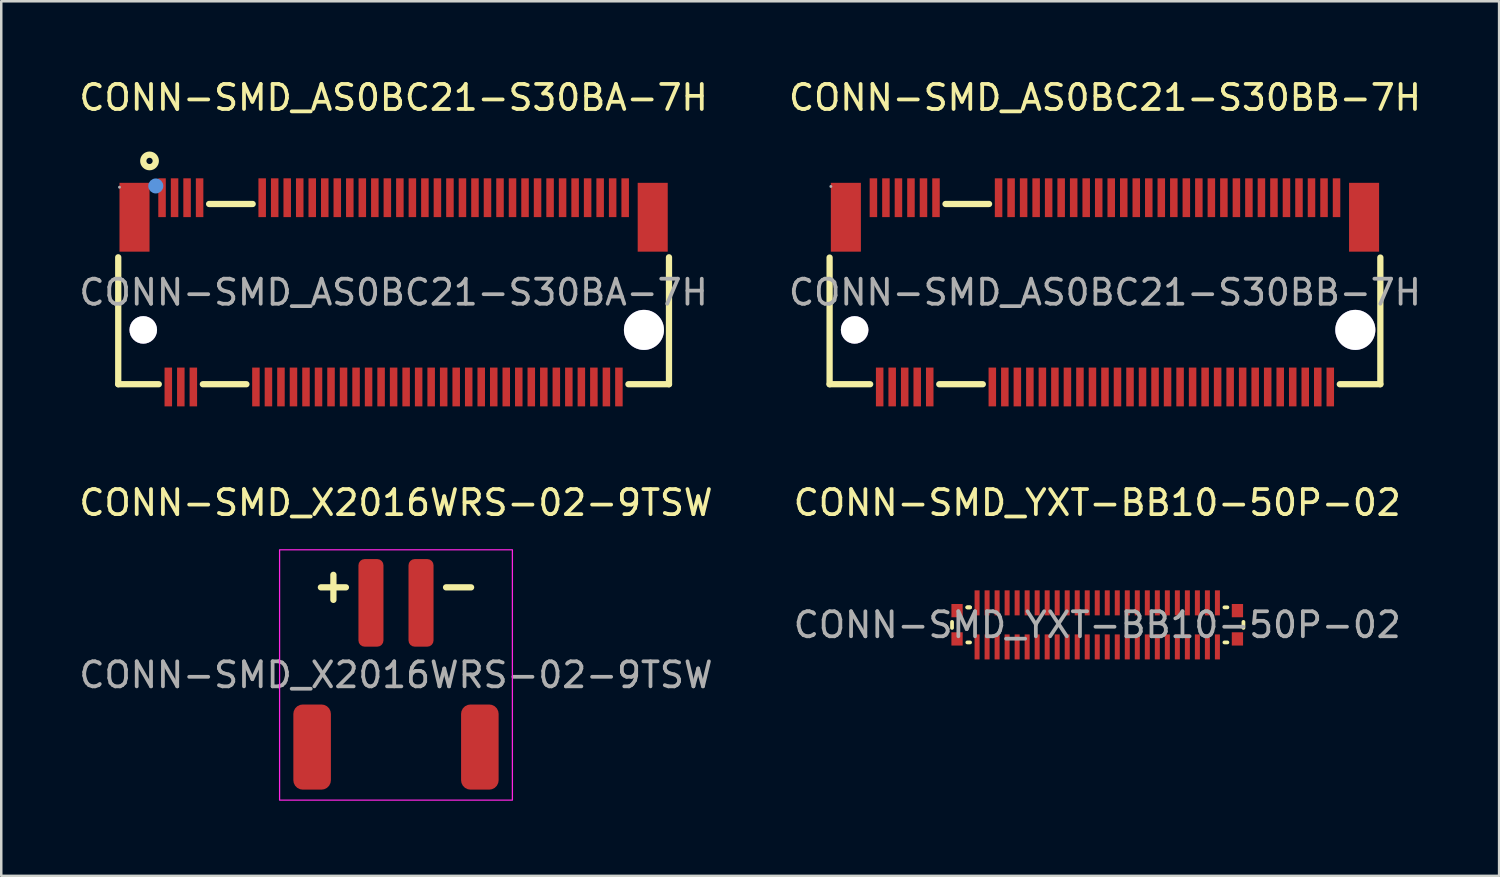
<source format=kicad_pcb>
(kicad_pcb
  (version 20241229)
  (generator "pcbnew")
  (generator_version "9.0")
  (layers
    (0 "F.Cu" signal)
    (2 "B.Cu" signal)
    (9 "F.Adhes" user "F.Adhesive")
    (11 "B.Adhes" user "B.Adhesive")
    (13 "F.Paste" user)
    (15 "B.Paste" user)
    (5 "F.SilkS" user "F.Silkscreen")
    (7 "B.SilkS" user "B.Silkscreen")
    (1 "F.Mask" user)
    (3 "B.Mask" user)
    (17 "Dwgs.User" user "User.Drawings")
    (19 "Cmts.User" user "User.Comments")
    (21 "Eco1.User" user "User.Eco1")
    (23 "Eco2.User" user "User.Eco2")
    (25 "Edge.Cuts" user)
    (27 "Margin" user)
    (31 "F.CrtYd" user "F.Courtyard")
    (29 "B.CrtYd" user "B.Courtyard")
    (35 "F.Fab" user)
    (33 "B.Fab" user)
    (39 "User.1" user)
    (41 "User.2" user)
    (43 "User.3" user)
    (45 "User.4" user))
  (footprint "CONN-SMD_X2016WRS-02-9TSW"
    (layer "F.Cu")
    (at 12.768 23.912)
    (property "Reference" "CONN-SMD_X2016WRS-02-9TSW" (at 0 -6.88 0) (layer "F.SilkS") (effects (font (size 1 1) (thickness 0.15))))
    (attr smd)
    (fp_line (start -2.5 -3) (end -2.5 -4) (stroke (width 0.25) (type solid)) (layer "F.SilkS"))
    (fp_line (start -2 -3.5) (end -3 -3.5) (stroke (width 0.25) (type solid)) (layer "F.SilkS"))
    (fp_line (start 3 -3.5) (end 2 -3.5) (stroke (width 0.25) (type solid)) (layer "F.SilkS"))
    (fp_rect (start -4.65 -5) (end 4.65 5) (stroke (width 0.05) (type default)) (fill no) (layer "F.CrtYd"))
    (fp_text user "${REFERENCE}" (at 0 0 0) (layer "F.Fab") (effects (font (size 1 1) (thickness 0.15))))
    (pad "1" smd roundrect (at -1 -2.88) (size 1 3.5) (layers "F.Cu" "F.Mask" "F.Paste") (roundrect_rratio 0.25))
    (pad "2" smd roundrect (at 1 -2.88) (size 1 3.5) (layers "F.Cu" "F.Mask" "F.Paste") (roundrect_rratio 0.25))
    (pad "MP" smd roundrect (at -3.35 2.88) (size 1.5 3.4) (layers "F.Cu" "F.Mask" "F.Paste") (roundrect_rratio 0.25))
    (pad "MP" smd roundrect (at 3.35 2.88) (size 1.5 3.4) (layers "F.Cu" "F.Mask" "F.Paste") (roundrect_rratio 0.25)))
  (footprint "CONN-SMD_AS0BC21-S30BA-7H"
    (layer "F.Cu")
    (at 12.673 8.628)
    (property "Reference" "CONN-SMD_AS0BC21-S30BA-7H" (at 0 -7.78 0) (layer "F.SilkS") (effects (font (size 1 1) (thickness 0.15))))
    (attr smd)
    (fp_line (start -11 3.67) (end -11 -1.4) (stroke (width 0.25) (type solid)) (layer "F.SilkS"))
    (fp_line (start -11 3.67) (end -9.38 3.67) (stroke (width 0.25) (type solid)) (layer "F.SilkS"))
    (fp_line (start -7.62 3.67) (end -5.88 3.67) (stroke (width 0.25) (type solid)) (layer "F.SilkS"))
    (fp_line (start -7.37 -3.53) (end -5.63 -3.53) (stroke (width 0.25) (type solid)) (layer "F.SilkS"))
    (fp_line (start 9.38 3.67) (end 11 3.67) (stroke (width 0.25) (type solid)) (layer "F.SilkS"))
    (fp_line (start 11 -1.4) (end 11 3.67) (stroke (width 0.25) (type solid)) (layer "F.SilkS"))
    (fp_circle (center -9.75 -5.25) (end -9.5 -5.25) (stroke (width 0.25) (type solid)) (fill no) (layer "F.SilkS"))
    (fp_circle (center -10 1.5) (end -9.76 1.5) (stroke (width 0.48) (type solid)) (fill no) (layer "Cmts.User"))
    (fp_circle (center -9.5 -4.25) (end -9.35 -4.25) (stroke (width 0.3) (type solid)) (fill no) (layer "Cmts.User"))
    (fp_circle (center 10 1.5) (end 10.36 1.5) (stroke (width 0.72) (type solid)) (fill no) (layer "Cmts.User"))
    (fp_circle (center -10.95 -4.2) (end -10.92 -4.2) (stroke (width 0.06) (type solid)) (fill no) (layer "F.Fab"))
    (fp_text user "${REFERENCE}" (at 0 0 0) (layer "F.Fab") (effects (font (size 1 1) (thickness 0.15))))
    (pad "" thru_hole circle (at -10 1.5) (size 1.1 1.1) (drill 1.1) (layers "*.Cu" "*.Mask"))
    (pad "" thru_hole circle (at 10 1.5) (size 1.6 1.6) (drill 1.6) (layers "*.Cu" "*.Mask"))
    (pad "1" smd rect (at -9.25 -3.78) (size 0.3 1.55) (layers "F.Cu" "F.Mask" "F.Paste"))
    (pad "2" smd rect (at -9 3.78) (size 0.3 1.55) (layers "F.Cu" "F.Mask" "F.Paste"))
    (pad "3" smd rect (at -8.75 -3.78) (size 0.3 1.55) (layers "F.Cu" "F.Mask" "F.Paste"))
    (pad "4" smd rect (at -8.5 3.78) (size 0.3 1.55) (layers "F.Cu" "F.Mask" "F.Paste"))
    (pad "5" smd rect (at -8.25 -3.78) (size 0.3 1.55) (layers "F.Cu" "F.Mask" "F.Paste"))
    (pad "6" smd rect (at -8 3.78) (size 0.3 1.55) (layers "F.Cu" "F.Mask" "F.Paste"))
    (pad "7" smd rect (at -7.75 -3.78) (size 0.3 1.55) (layers "F.Cu" "F.Mask" "F.Paste"))
    (pad "8" smd rect (at -5.5 3.78) (size 0.3 1.55) (layers "F.Cu" "F.Mask" "F.Paste"))
    (pad "9" smd rect (at -5.25 -3.78) (size 0.3 1.55) (layers "F.Cu" "F.Mask" "F.Paste"))
    (pad "10" smd rect (at -5 3.78) (size 0.3 1.55) (layers "F.Cu" "F.Mask" "F.Paste"))
    (pad "11" smd rect (at -4.75 -3.78) (size 0.3 1.55) (layers "F.Cu" "F.Mask" "F.Paste"))
    (pad "20" smd rect (at -4.5 3.78) (size 0.3 1.55) (layers "F.Cu" "F.Mask" "F.Paste"))
    (pad "21" smd rect (at -4.25 -3.78) (size 0.3 1.55) (layers "F.Cu" "F.Mask" "F.Paste"))
    (pad "22" smd rect (at -4 3.78) (size 0.3 1.55) (layers "F.Cu" "F.Mask" "F.Paste"))
    (pad "23" smd rect (at -3.75 -3.78) (size 0.3 1.55) (layers "F.Cu" "F.Mask" "F.Paste"))
    (pad "24" smd rect (at -3.5 3.78) (size 0.3 1.55) (layers "F.Cu" "F.Mask" "F.Paste"))
    (pad "25" smd rect (at -3.25 -3.78) (size 0.3 1.55) (layers "F.Cu" "F.Mask" "F.Paste"))
    (pad "26" smd rect (at -3 3.78) (size 0.3 1.55) (layers "F.Cu" "F.Mask" "F.Paste"))
    (pad "27" smd rect (at -2.75 -3.78) (size 0.3 1.55) (layers "F.Cu" "F.Mask" "F.Paste"))
    (pad "28" smd rect (at -2.5 3.78) (size 0.3 1.55) (layers "F.Cu" "F.Mask" "F.Paste"))
    (pad "29" smd rect (at -2.25 -3.78) (size 0.3 1.55) (layers "F.Cu" "F.Mask" "F.Paste"))
    (pad "30" smd rect (at -2 3.78) (size 0.3 1.55) (layers "F.Cu" "F.Mask" "F.Paste"))
    (pad "31" smd rect (at -1.75 -3.78) (size 0.3 1.55) (layers "F.Cu" "F.Mask" "F.Paste"))
    (pad "32" smd rect (at -1.5 3.78) (size 0.3 1.55) (layers "F.Cu" "F.Mask" "F.Paste"))
    (pad "33" smd rect (at -1.25 -3.78) (size 0.3 1.55) (layers "F.Cu" "F.Mask" "F.Paste"))
    (pad "34" smd rect (at -1 3.78) (size 0.3 1.55) (layers "F.Cu" "F.Mask" "F.Paste"))
    (pad "35" smd rect (at -0.75 -3.78) (size 0.3 1.55) (layers "F.Cu" "F.Mask" "F.Paste"))
    (pad "36" smd rect (at -0.5 3.78) (size 0.3 1.55) (layers "F.Cu" "F.Mask" "F.Paste"))
    (pad "37" smd rect (at -0.25 -3.78) (size 0.3 1.55) (layers "F.Cu" "F.Mask" "F.Paste"))
    (pad "38" smd rect (at 0 3.78) (size 0.3 1.55) (layers "F.Cu" "F.Mask" "F.Paste"))
    (pad "39" smd rect (at 0.25 -3.78) (size 0.3 1.55) (layers "F.Cu" "F.Mask" "F.Paste"))
    (pad "40" smd rect (at 0.5 3.78) (size 0.3 1.55) (layers "F.Cu" "F.Mask" "F.Paste"))
    (pad "41" smd rect (at 0.75 -3.78) (size 0.3 1.55) (layers "F.Cu" "F.Mask" "F.Paste"))
    (pad "42" smd rect (at 1 3.78) (size 0.3 1.55) (layers "F.Cu" "F.Mask" "F.Paste"))
    (pad "43" smd rect (at 1.25 -3.78) (size 0.3 1.55) (layers "F.Cu" "F.Mask" "F.Paste"))
    (pad "44" smd rect (at 1.5 3.78) (size 0.3 1.55) (layers "F.Cu" "F.Mask" "F.Paste"))
    (pad "45" smd rect (at 1.75 -3.78) (size 0.3 1.55) (layers "F.Cu" "F.Mask" "F.Paste"))
    (pad "46" smd rect (at 2 3.78) (size 0.3 1.55) (layers "F.Cu" "F.Mask" "F.Paste"))
    (pad "47" smd rect (at 2.25 -3.78) (size 0.3 1.55) (layers "F.Cu" "F.Mask" "F.Paste"))
    (pad "48" smd rect (at 2.5 3.78) (size 0.3 1.55) (layers "F.Cu" "F.Mask" "F.Paste"))
    (pad "49" smd rect (at 2.75 -3.78) (size 0.3 1.55) (layers "F.Cu" "F.Mask" "F.Paste"))
    (pad "50" smd rect (at 3 3.78) (size 0.3 1.55) (layers "F.Cu" "F.Mask" "F.Paste"))
    (pad "51" smd rect (at 3.25 -3.78) (size 0.3 1.55) (layers "F.Cu" "F.Mask" "F.Paste"))
    (pad "52" smd rect (at 3.5 3.78) (size 0.3 1.55) (layers "F.Cu" "F.Mask" "F.Paste"))
    (pad "53" smd rect (at 3.75 -3.78) (size 0.3 1.55) (layers "F.Cu" "F.Mask" "F.Paste"))
    (pad "54" smd rect (at 4 3.78) (size 0.3 1.55) (layers "F.Cu" "F.Mask" "F.Paste"))
    (pad "55" smd rect (at 4.25 -3.78) (size 0.3 1.55) (layers "F.Cu" "F.Mask" "F.Paste"))
    (pad "56" smd rect (at 4.5 3.78) (size 0.3 1.55) (layers "F.Cu" "F.Mask" "F.Paste"))
    (pad "57" smd rect (at 4.75 -3.78) (size 0.3 1.55) (layers "F.Cu" "F.Mask" "F.Paste"))
    (pad "58" smd rect (at 5 3.78) (size 0.3 1.55) (layers "F.Cu" "F.Mask" "F.Paste"))
    (pad "59" smd rect (at 5.25 -3.78) (size 0.3 1.55) (layers "F.Cu" "F.Mask" "F.Paste"))
    (pad "60" smd rect (at 5.5 3.78) (size 0.3 1.55) (layers "F.Cu" "F.Mask" "F.Paste"))
    (pad "61" smd rect (at 5.75 -3.78) (size 0.3 1.55) (layers "F.Cu" "F.Mask" "F.Paste"))
    (pad "62" smd rect (at 6 3.78) (size 0.3 1.55) (layers "F.Cu" "F.Mask" "F.Paste"))
    (pad "63" smd rect (at 6.25 -3.78) (size 0.3 1.55) (layers "F.Cu" "F.Mask" "F.Paste"))
    (pad "64" smd rect (at 6.5 3.78) (size 0.3 1.55) (layers "F.Cu" "F.Mask" "F.Paste"))
    (pad "65" smd rect (at 6.75 -3.78) (size 0.3 1.55) (layers "F.Cu" "F.Mask" "F.Paste"))
    (pad "66" smd rect (at 7 3.78) (size 0.3 1.55) (layers "F.Cu" "F.Mask" "F.Paste"))
    (pad "67" smd rect (at 7.25 -3.78) (size 0.3 1.55) (layers "F.Cu" "F.Mask" "F.Paste"))
    (pad "68" smd rect (at 7.5 3.78) (size 0.3 1.55) (layers "F.Cu" "F.Mask" "F.Paste"))
    (pad "69" smd rect (at 7.75 -3.78) (size 0.3 1.55) (layers "F.Cu" "F.Mask" "F.Paste"))
    (pad "70" smd rect (at 8 3.78) (size 0.3 1.55) (layers "F.Cu" "F.Mask" "F.Paste"))
    (pad "71" smd rect (at 8.25 -3.78) (size 0.3 1.55) (layers "F.Cu" "F.Mask" "F.Paste"))
    (pad "72" smd rect (at 8.5 3.78) (size 0.3 1.55) (layers "F.Cu" "F.Mask" "F.Paste"))
    (pad "73" smd rect (at 8.75 -3.78) (size 0.3 1.55) (layers "F.Cu" "F.Mask" "F.Paste"))
    (pad "74" smd rect (at 9 3.78) (size 0.3 1.55) (layers "F.Cu" "F.Mask" "F.Paste"))
    (pad "75" smd rect (at 9.25 -3.78) (size 0.3 1.55) (layers "F.Cu" "F.Mask" "F.Paste"))
    (pad "76" smd rect (at 10.35 -3) (size 1.2 2.75) (layers "F.Cu" "F.Mask" "F.Paste"))
    (pad "77" smd rect (at -10.35 -3) (size 1.2 2.75) (layers "F.Cu" "F.Mask" "F.Paste")))
  (footprint "CONN-SMD_YXT-BB10-50P-02"
    (layer "F.Cu")
    (at 40.78 21.912)
    (property "Reference" "CONN-SMD_YXT-BB10-50P-02" (at 0 -4.88 0) (layer "F.SilkS") (effects (font (size 1 1) (thickness 0.15))))
    (attr smd)
    (fp_line (start -5.8 -0.12) (end -5.8 0.12) (stroke (width 0.15) (type solid)) (layer "F.SilkS"))
    (fp_line (start -5.19 -0.7) (end -5.08 -0.7) (stroke (width 0.15) (type solid)) (layer "F.SilkS"))
    (fp_line (start -5.19 -0.7) (end -5.08 -0.7) (stroke (width 0.15) (type solid)) (layer "F.SilkS"))
    (fp_line (start -5.19 0.7) (end -5.08 0.7) (stroke (width 0.15) (type solid)) (layer "F.SilkS"))
    (fp_line (start 5.08 -0.7) (end 5.2 -0.7) (stroke (width 0.15) (type solid)) (layer "F.SilkS"))
    (fp_line (start 5.08 0.7) (end 5.2 0.7) (stroke (width 0.15) (type solid)) (layer "F.SilkS"))
    (fp_line (start 5.84 -0.12) (end 5.84 0.12) (stroke (width 0.15) (type solid)) (layer "F.SilkS"))
    (fp_text user "${REFERENCE}" (at 0 0 0) (layer "F.Fab") (effects (font (size 1 1) (thickness 0.15))))
    (pad "1" smd rect (at -4.8 -0.88) (size 0.2 1) (layers "F.Cu" "F.Mask" "F.Paste"))
    (pad "2" smd rect (at -4.4 -0.88) (size 0.2 1) (layers "F.Cu" "F.Mask" "F.Paste"))
    (pad "3" smd rect (at -4 -0.88) (size 0.2 1) (layers "F.Cu" "F.Mask" "F.Paste"))
    (pad "4" smd rect (at -3.6 -0.88) (size 0.2 1) (layers "F.Cu" "F.Mask" "F.Paste"))
    (pad "5" smd rect (at -3.2 -0.88) (size 0.2 1) (layers "F.Cu" "F.Mask" "F.Paste"))
    (pad "6" smd rect (at -2.8 -0.88) (size 0.2 1) (layers "F.Cu" "F.Mask" "F.Paste"))
    (pad "7" smd rect (at -2.4 -0.88) (size 0.2 1) (layers "F.Cu" "F.Mask" "F.Paste"))
    (pad "8" smd rect (at -2 -0.88) (size 0.2 1) (layers "F.Cu" "F.Mask" "F.Paste"))
    (pad "9" smd rect (at -1.6 -0.88) (size 0.2 1) (layers "F.Cu" "F.Mask" "F.Paste"))
    (pad "10" smd rect (at -1.2 -0.88) (size 0.2 1) (layers "F.Cu" "F.Mask" "F.Paste"))
    (pad "11" smd rect (at -0.8 -0.88) (size 0.2 1) (layers "F.Cu" "F.Mask" "F.Paste"))
    (pad "12" smd rect (at -0.4 -0.88) (size 0.2 1) (layers "F.Cu" "F.Mask" "F.Paste"))
    (pad "13" smd rect (at 0 -0.88 180) (size 0.2 1) (layers "F.Cu" "F.Mask" "F.Paste"))
    (pad "14" smd rect (at 0.4 -0.88 180) (size 0.2 1) (layers "F.Cu" "F.Mask" "F.Paste"))
    (pad "15" smd rect (at 0.8 -0.88 180) (size 0.2 1) (layers "F.Cu" "F.Mask" "F.Paste"))
    (pad "16" smd rect (at 1.2 -0.88 180) (size 0.2 1) (layers "F.Cu" "F.Mask" "F.Paste"))
    (pad "17" smd rect (at 1.6 -0.88 180) (size 0.2 1) (layers "F.Cu" "F.Mask" "F.Paste"))
    (pad "18" smd rect (at 2 -0.88 180) (size 0.2 1) (layers "F.Cu" "F.Mask" "F.Paste"))
    (pad "19" smd rect (at 2.4 -0.88 180) (size 0.2 1) (layers "F.Cu" "F.Mask" "F.Paste"))
    (pad "20" smd rect (at 2.8 -0.88 180) (size 0.2 1) (layers "F.Cu" "F.Mask" "F.Paste"))
    (pad "21" smd rect (at 3.2 -0.88 180) (size 0.2 1) (layers "F.Cu" "F.Mask" "F.Paste"))
    (pad "22" smd rect (at 3.6 -0.88 180) (size 0.2 1) (layers "F.Cu" "F.Mask" "F.Paste"))
    (pad "23" smd rect (at 4 -0.88 180) (size 0.2 1) (layers "F.Cu" "F.Mask" "F.Paste"))
    (pad "24" smd rect (at 4.4 -0.88 180) (size 0.2 1) (layers "F.Cu" "F.Mask" "F.Paste"))
    (pad "25" smd rect (at 4.8 -0.88 180) (size 0.2 1) (layers "F.Cu" "F.Mask" "F.Paste"))
    (pad "26" smd rect (at 4.8 0.88) (size 0.2 1) (layers "F.Cu" "F.Mask" "F.Paste"))
    (pad "27" smd rect (at 4.4 0.88) (size 0.2 1) (layers "F.Cu" "F.Mask" "F.Paste"))
    (pad "28" smd rect (at 4 0.88) (size 0.2 1) (layers "F.Cu" "F.Mask" "F.Paste"))
    (pad "29" smd rect (at 3.6 0.88) (size 0.2 1) (layers "F.Cu" "F.Mask" "F.Paste"))
    (pad "30" smd rect (at 3.2 0.88) (size 0.2 1) (layers "F.Cu" "F.Mask" "F.Paste"))
    (pad "31" smd rect (at 2.8 0.88) (size 0.2 1) (layers "F.Cu" "F.Mask" "F.Paste"))
    (pad "32" smd rect (at 2.4 0.88) (size 0.2 1) (layers "F.Cu" "F.Mask" "F.Paste"))
    (pad "33" smd rect (at 2 0.88) (size 0.2 1) (layers "F.Cu" "F.Mask" "F.Paste"))
    (pad "34" smd rect (at 1.6 0.88) (size 0.2 1) (layers "F.Cu" "F.Mask" "F.Paste"))
    (pad "35" smd rect (at 1.2 0.88) (size 0.2 1) (layers "F.Cu" "F.Mask" "F.Paste"))
    (pad "36" smd rect (at 0.8 0.88) (size 0.2 1) (layers "F.Cu" "F.Mask" "F.Paste"))
    (pad "37" smd rect (at 0.4 0.88) (size 0.2 1) (layers "F.Cu" "F.Mask" "F.Paste"))
    (pad "38" smd rect (at 0 0.88) (size 0.2 1) (layers "F.Cu" "F.Mask" "F.Paste"))
    (pad "39" smd rect (at -0.4 0.88) (size 0.2 1) (layers "F.Cu" "F.Mask" "F.Paste"))
    (pad "40" smd rect (at -0.8 0.88) (size 0.2 1) (layers "F.Cu" "F.Mask" "F.Paste"))
    (pad "41" smd rect (at -1.2 0.88) (size 0.2 1) (layers "F.Cu" "F.Mask" "F.Paste"))
    (pad "42" smd rect (at -1.6 0.88) (size 0.2 1) (layers "F.Cu" "F.Mask" "F.Paste"))
    (pad "43" smd rect (at -2 0.88) (size 0.2 1) (layers "F.Cu" "F.Mask" "F.Paste"))
    (pad "44" smd rect (at -2.4 0.88) (size 0.2 1) (layers "F.Cu" "F.Mask" "F.Paste"))
    (pad "45" smd rect (at -2.8 0.88) (size 0.2 1) (layers "F.Cu" "F.Mask" "F.Paste"))
    (pad "46" smd rect (at -3.2 0.88) (size 0.2 1) (layers "F.Cu" "F.Mask" "F.Paste"))
    (pad "47" smd rect (at -3.6 0.88) (size 0.2 1) (layers "F.Cu" "F.Mask" "F.Paste"))
    (pad "48" smd rect (at -4 0.88) (size 0.2 1) (layers "F.Cu" "F.Mask" "F.Paste"))
    (pad "49" smd rect (at -4.4 0.88) (size 0.2 1) (layers "F.Cu" "F.Mask" "F.Paste"))
    (pad "50" smd rect (at -4.8 0.88) (size 0.2 1) (layers "F.Cu" "F.Mask" "F.Paste"))
    (pad "51" smd rect (at -5.6 -0.57) (size 0.45 0.53) (layers "F.Cu" "F.Mask" "F.Paste"))
    (pad "52" smd rect (at -5.6 0.56) (size 0.45 0.53) (layers "F.Cu" "F.Mask" "F.Paste"))
    (pad "53" smd rect (at 5.6 0.56) (size 0.45 0.53) (layers "F.Cu" "F.Mask" "F.Paste"))
    (pad "54" smd rect (at 5.6 -0.57) (size 0.45 0.53) (layers "F.Cu" "F.Mask" "F.Paste")))
  (footprint "CONN-SMD_AS0BC21-S30BB-7H"
    (layer "F.Cu")
    (at 41.089 8.628)
    (property "Reference" "CONN-SMD_AS0BC21-S30BB-7H" (at 0 -7.78 0) (layer "F.SilkS") (effects (font (size 1 1) (thickness 0.15))))
    (attr smd)
    (fp_line (start -11 3.67) (end -11 -1.39) (stroke (width 0.25) (type solid)) (layer "F.SilkS"))
    (fp_line (start -11 3.67) (end -9.38 3.67) (stroke (width 0.25) (type solid)) (layer "F.SilkS"))
    (fp_line (start -6.62 3.67) (end -4.88 3.67) (stroke (width 0.25) (type solid)) (layer "F.SilkS"))
    (fp_line (start -6.37 -3.53) (end -4.63 -3.53) (stroke (width 0.25) (type solid)) (layer "F.SilkS"))
    (fp_line (start 9.38 3.67) (end 11 3.67) (stroke (width 0.25) (type solid)) (layer "F.SilkS"))
    (fp_line (start 11 -1.39) (end 11 3.67) (stroke (width 0.25) (type solid)) (layer "F.SilkS"))
    (fp_circle (center -10 1.5) (end -9.76 1.5) (stroke (width 0.48) (type solid)) (fill no) (layer "Cmts.User"))
    (fp_circle (center 10 1.5) (end 10.36 1.5) (stroke (width 0.72) (type solid)) (fill no) (layer "Cmts.User"))
    (fp_circle (center -10.95 -4.23) (end -10.92 -4.23) (stroke (width 0.06) (type solid)) (fill no) (layer "F.Fab"))
    (fp_text user "${REFERENCE}" (at 0 0 0) (layer "F.Fab") (effects (font (size 1 1) (thickness 0.15))))
    (pad "" thru_hole circle (at -10 1.5) (size 1.1 1.1) (drill 1.1) (layers "*.Cu" "*.Mask"))
    (pad "" thru_hole circle (at 10 1.5) (size 1.6 1.6) (drill 1.6) (layers "*.Cu" "*.Mask"))
    (pad "1" smd rect (at -9.25 -3.78) (size 0.3 1.55) (layers "F.Cu" "F.Mask" "F.Paste"))
    (pad "2" smd rect (at -9 3.78) (size 0.3 1.55) (layers "F.Cu" "F.Mask" "F.Paste"))
    (pad "3" smd rect (at -8.75 -3.78) (size 0.3 1.55) (layers "F.Cu" "F.Mask" "F.Paste"))
    (pad "4" smd rect (at -8.5 3.78) (size 0.3 1.55) (layers "F.Cu" "F.Mask" "F.Paste"))
    (pad "5" smd rect (at -8.25 -3.78) (size 0.3 1.55) (layers "F.Cu" "F.Mask" "F.Paste"))
    (pad "6" smd rect (at -8 3.78) (size 0.3 1.55) (layers "F.Cu" "F.Mask" "F.Paste"))
    (pad "7" smd rect (at -7.75 -3.78) (size 0.3 1.55) (layers "F.Cu" "F.Mask" "F.Paste"))
    (pad "8" smd rect (at -7.5 3.78) (size 0.3 1.55) (layers "F.Cu" "F.Mask" "F.Paste"))
    (pad "9" smd rect (at -7.25 -3.78) (size 0.3 1.55) (layers "F.Cu" "F.Mask" "F.Paste"))
    (pad "10" smd rect (at -7 3.78) (size 0.3 1.55) (layers "F.Cu" "F.Mask" "F.Paste"))
    (pad "11" smd rect (at -6.75 -3.78) (size 0.3 1.55) (layers "F.Cu" "F.Mask" "F.Paste"))
    (pad "20" smd rect (at -4.5 3.78) (size 0.3 1.55) (layers "F.Cu" "F.Mask" "F.Paste"))
    (pad "21" smd rect (at -4.25 -3.78) (size 0.3 1.55) (layers "F.Cu" "F.Mask" "F.Paste"))
    (pad "22" smd rect (at -4 3.78) (size 0.3 1.55) (layers "F.Cu" "F.Mask" "F.Paste"))
    (pad "23" smd rect (at -3.75 -3.78) (size 0.3 1.55) (layers "F.Cu" "F.Mask" "F.Paste"))
    (pad "24" smd rect (at -3.5 3.78) (size 0.3 1.55) (layers "F.Cu" "F.Mask" "F.Paste"))
    (pad "25" smd rect (at -3.25 -3.78) (size 0.3 1.55) (layers "F.Cu" "F.Mask" "F.Paste"))
    (pad "26" smd rect (at -3 3.78) (size 0.3 1.55) (layers "F.Cu" "F.Mask" "F.Paste"))
    (pad "27" smd rect (at -2.75 -3.78) (size 0.3 1.55) (layers "F.Cu" "F.Mask" "F.Paste"))
    (pad "28" smd rect (at -2.5 3.78) (size 0.3 1.55) (layers "F.Cu" "F.Mask" "F.Paste"))
    (pad "29" smd rect (at -2.25 -3.78) (size 0.3 1.55) (layers "F.Cu" "F.Mask" "F.Paste"))
    (pad "30" smd rect (at -2 3.78) (size 0.3 1.55) (layers "F.Cu" "F.Mask" "F.Paste"))
    (pad "31" smd rect (at -1.75 -3.78) (size 0.3 1.55) (layers "F.Cu" "F.Mask" "F.Paste"))
    (pad "32" smd rect (at -1.5 3.78) (size 0.3 1.55) (layers "F.Cu" "F.Mask" "F.Paste"))
    (pad "33" smd rect (at -1.25 -3.78) (size 0.3 1.55) (layers "F.Cu" "F.Mask" "F.Paste"))
    (pad "34" smd rect (at -1 3.78) (size 0.3 1.55) (layers "F.Cu" "F.Mask" "F.Paste"))
    (pad "35" smd rect (at -0.75 -3.78) (size 0.3 1.55) (layers "F.Cu" "F.Mask" "F.Paste"))
    (pad "36" smd rect (at -0.5 3.78) (size 0.3 1.55) (layers "F.Cu" "F.Mask" "F.Paste"))
    (pad "37" smd rect (at -0.25 -3.78) (size 0.3 1.55) (layers "F.Cu" "F.Mask" "F.Paste"))
    (pad "38" smd rect (at 0 3.78) (size 0.3 1.55) (layers "F.Cu" "F.Mask" "F.Paste"))
    (pad "39" smd rect (at 0.25 -3.78) (size 0.3 1.55) (layers "F.Cu" "F.Mask" "F.Paste"))
    (pad "40" smd rect (at 0.5 3.78) (size 0.3 1.55) (layers "F.Cu" "F.Mask" "F.Paste"))
    (pad "41" smd rect (at 0.75 -3.78) (size 0.3 1.55) (layers "F.Cu" "F.Mask" "F.Paste"))
    (pad "42" smd rect (at 1 3.78) (size 0.3 1.55) (layers "F.Cu" "F.Mask" "F.Paste"))
    (pad "43" smd rect (at 1.25 -3.78) (size 0.3 1.55) (layers "F.Cu" "F.Mask" "F.Paste"))
    (pad "44" smd rect (at 1.5 3.78) (size 0.3 1.55) (layers "F.Cu" "F.Mask" "F.Paste"))
    (pad "45" smd rect (at 1.75 -3.78) (size 0.3 1.55) (layers "F.Cu" "F.Mask" "F.Paste"))
    (pad "46" smd rect (at 2 3.78) (size 0.3 1.55) (layers "F.Cu" "F.Mask" "F.Paste"))
    (pad "47" smd rect (at 2.25 -3.78) (size 0.3 1.55) (layers "F.Cu" "F.Mask" "F.Paste"))
    (pad "48" smd rect (at 2.5 3.78) (size 0.3 1.55) (layers "F.Cu" "F.Mask" "F.Paste"))
    (pad "49" smd rect (at 2.75 -3.78) (size 0.3 1.55) (layers "F.Cu" "F.Mask" "F.Paste"))
    (pad "50" smd rect (at 3 3.78) (size 0.3 1.55) (layers "F.Cu" "F.Mask" "F.Paste"))
    (pad "51" smd rect (at 3.25 -3.78) (size 0.3 1.55) (layers "F.Cu" "F.Mask" "F.Paste"))
    (pad "52" smd rect (at 3.5 3.78) (size 0.3 1.55) (layers "F.Cu" "F.Mask" "F.Paste"))
    (pad "53" smd rect (at 3.75 -3.78) (size 0.3 1.55) (layers "F.Cu" "F.Mask" "F.Paste"))
    (pad "54" smd rect (at 4 3.78) (size 0.3 1.55) (layers "F.Cu" "F.Mask" "F.Paste"))
    (pad "55" smd rect (at 4.25 -3.78) (size 0.3 1.55) (layers "F.Cu" "F.Mask" "F.Paste"))
    (pad "56" smd rect (at 4.5 3.78) (size 0.3 1.55) (layers "F.Cu" "F.Mask" "F.Paste"))
    (pad "57" smd rect (at 4.75 -3.78) (size 0.3 1.55) (layers "F.Cu" "F.Mask" "F.Paste"))
    (pad "58" smd rect (at 5 3.78) (size 0.3 1.55) (layers "F.Cu" "F.Mask" "F.Paste"))
    (pad "59" smd rect (at 5.25 -3.78) (size 0.3 1.55) (layers "F.Cu" "F.Mask" "F.Paste"))
    (pad "60" smd rect (at 5.5 3.78) (size 0.3 1.55) (layers "F.Cu" "F.Mask" "F.Paste"))
    (pad "61" smd rect (at 5.75 -3.78) (size 0.3 1.55) (layers "F.Cu" "F.Mask" "F.Paste"))
    (pad "62" smd rect (at 6 3.78) (size 0.3 1.55) (layers "F.Cu" "F.Mask" "F.Paste"))
    (pad "63" smd rect (at 6.25 -3.78) (size 0.3 1.55) (layers "F.Cu" "F.Mask" "F.Paste"))
    (pad "64" smd rect (at 6.5 3.78) (size 0.3 1.55) (layers "F.Cu" "F.Mask" "F.Paste"))
    (pad "65" smd rect (at 6.75 -3.78) (size 0.3 1.55) (layers "F.Cu" "F.Mask" "F.Paste"))
    (pad "66" smd rect (at 7 3.78) (size 0.3 1.55) (layers "F.Cu" "F.Mask" "F.Paste"))
    (pad "67" smd rect (at 7.25 -3.78) (size 0.3 1.55) (layers "F.Cu" "F.Mask" "F.Paste"))
    (pad "68" smd rect (at 7.5 3.78) (size 0.3 1.55) (layers "F.Cu" "F.Mask" "F.Paste"))
    (pad "69" smd rect (at 7.75 -3.78) (size 0.3 1.55) (layers "F.Cu" "F.Mask" "F.Paste"))
    (pad "70" smd rect (at 8 3.78) (size 0.3 1.55) (layers "F.Cu" "F.Mask" "F.Paste"))
    (pad "71" smd rect (at 8.25 -3.78) (size 0.3 1.55) (layers "F.Cu" "F.Mask" "F.Paste"))
    (pad "72" smd rect (at 8.5 3.78) (size 0.3 1.55) (layers "F.Cu" "F.Mask" "F.Paste"))
    (pad "73" smd rect (at 8.75 -3.78) (size 0.3 1.55) (layers "F.Cu" "F.Mask" "F.Paste"))
    (pad "74" smd rect (at 9 3.78) (size 0.3 1.55) (layers "F.Cu" "F.Mask" "F.Paste"))
    (pad "75" smd rect (at 9.25 -3.78) (size 0.3 1.55) (layers "F.Cu" "F.Mask" "F.Paste"))
    (pad "76" smd rect (at 10.35 -3) (size 1.2 2.75) (layers "F.Cu" "F.Mask" "F.Paste"))
    (pad "77" smd rect (at -10.35 -3) (size 1.2 2.75) (layers "F.Cu" "F.Mask" "F.Paste")))
  (gr_rect
    (start -3 -3)
    (end 56.833 31.936)
    (stroke (width 0.1) (type default))
    (fill no)
    (layer "Edge.Cuts")))
</source>
